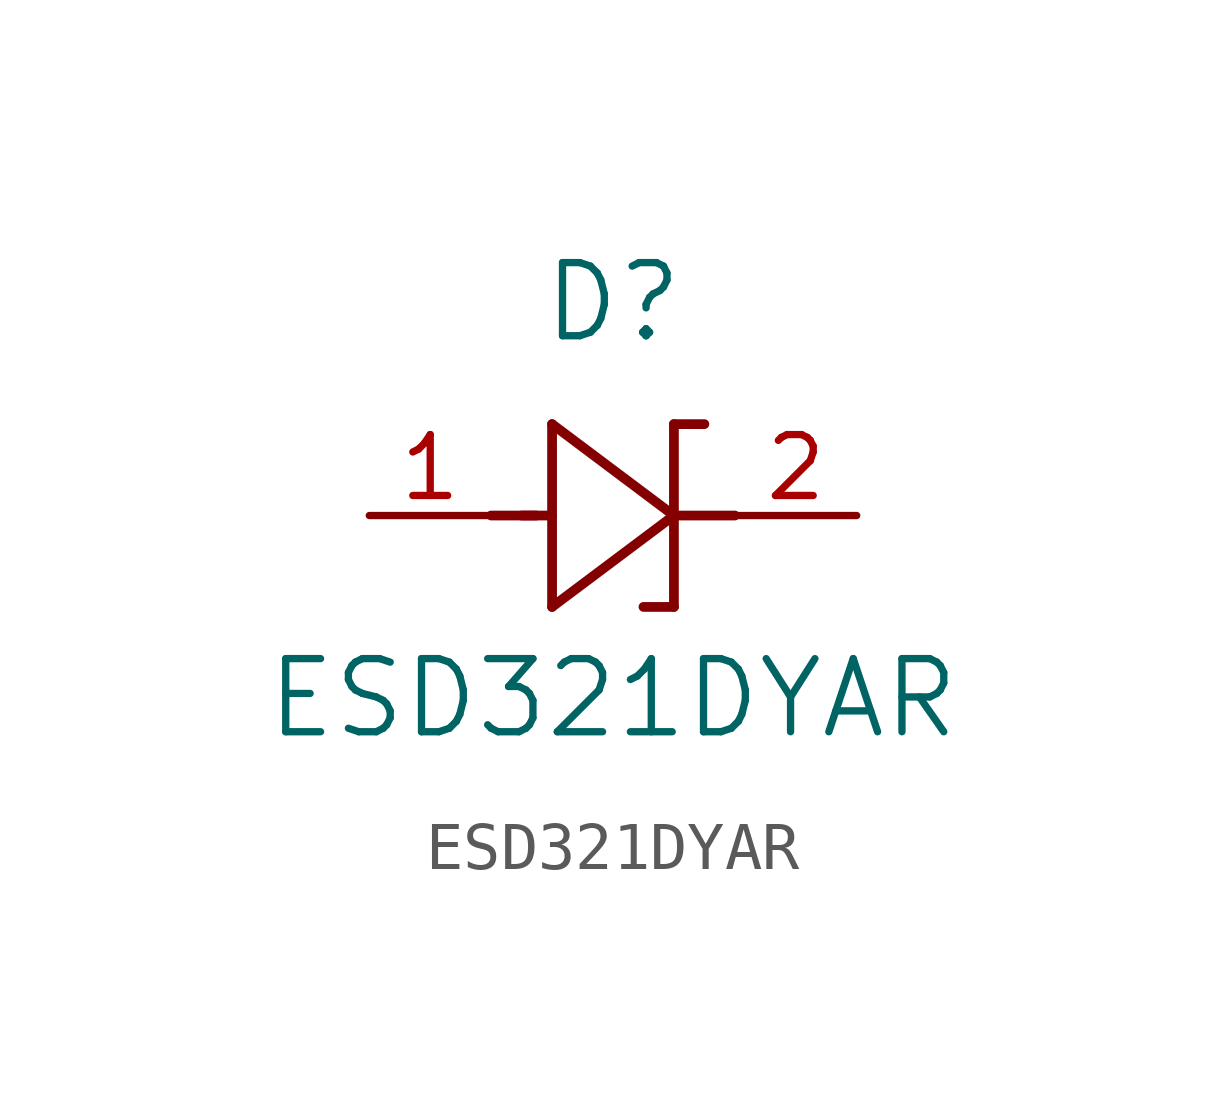
<source format=kicad_sym>
(kicad_symbol_lib
  (version 20231120)
  (generator "kicad_symbol_editor")
  (generator_version "8.0")
  (symbol "ESD321DYAR"
    (pin_names
      (offset 0.254))
    (property "Reference" "D"
      (at 5.08 4.445 0)
      (effects (font (size 1.524 1.524))))
    (property "Value" "ESD321DYAR"
      (at 5.08 -3.81 0)
      (effects (font (size 1.524 1.524))))
    (symbol "ESD321DYAR_0_1"
      (polyline (pts (xy 2.54 0) (xy 3.48 0)) (stroke (width 0.203) (type default)) (fill (type none)))
      (polyline (pts (xy 3.175 0) (xy 3.81 0)) (stroke (width 0.203) (type default)) (fill (type none)))
      (polyline (pts (xy 3.81 -1.905) (xy 6.35 0)) (stroke (width 0.203) (type default)) (fill (type none)))
      (polyline (pts (xy 3.81 1.905) (xy 3.81 -1.905)) (stroke (width 0.203) (type default)) (fill (type none)))
      (polyline (pts (xy 6.35 -1.905) (xy 5.715 -1.905)) (stroke (width 0.203) (type default)) (fill (type none)))
      (polyline (pts (xy 6.35 -1.905) (xy 6.35 1.905)) (stroke (width 0.203) (type default)) (fill (type none)))
      (polyline (pts (xy 6.35 0) (xy 3.81 1.905)) (stroke (width 0.203) (type default)) (fill (type none)))
      (polyline (pts (xy 6.35 0) (xy 7.62 0)) (stroke (width 0.203) (type default)) (fill (type none)))
      (polyline (pts (xy 6.35 1.905) (xy 6.985 1.905)) (stroke (width 0.203) (type default)) (fill (type none)))
      (pin unspecified line (at 0 0 0) (length 2.54) (name "" (effects (font (size 1.27 1.27)))) (number "1" (effects (font (size 1.27 1.27)))))
      (pin unspecified line (at 10.16 0 180) (length 2.54) (name "" (effects (font (size 1.27 1.27)))) (number "2" (effects (font (size 1.27 1.27))))))))
</source>
